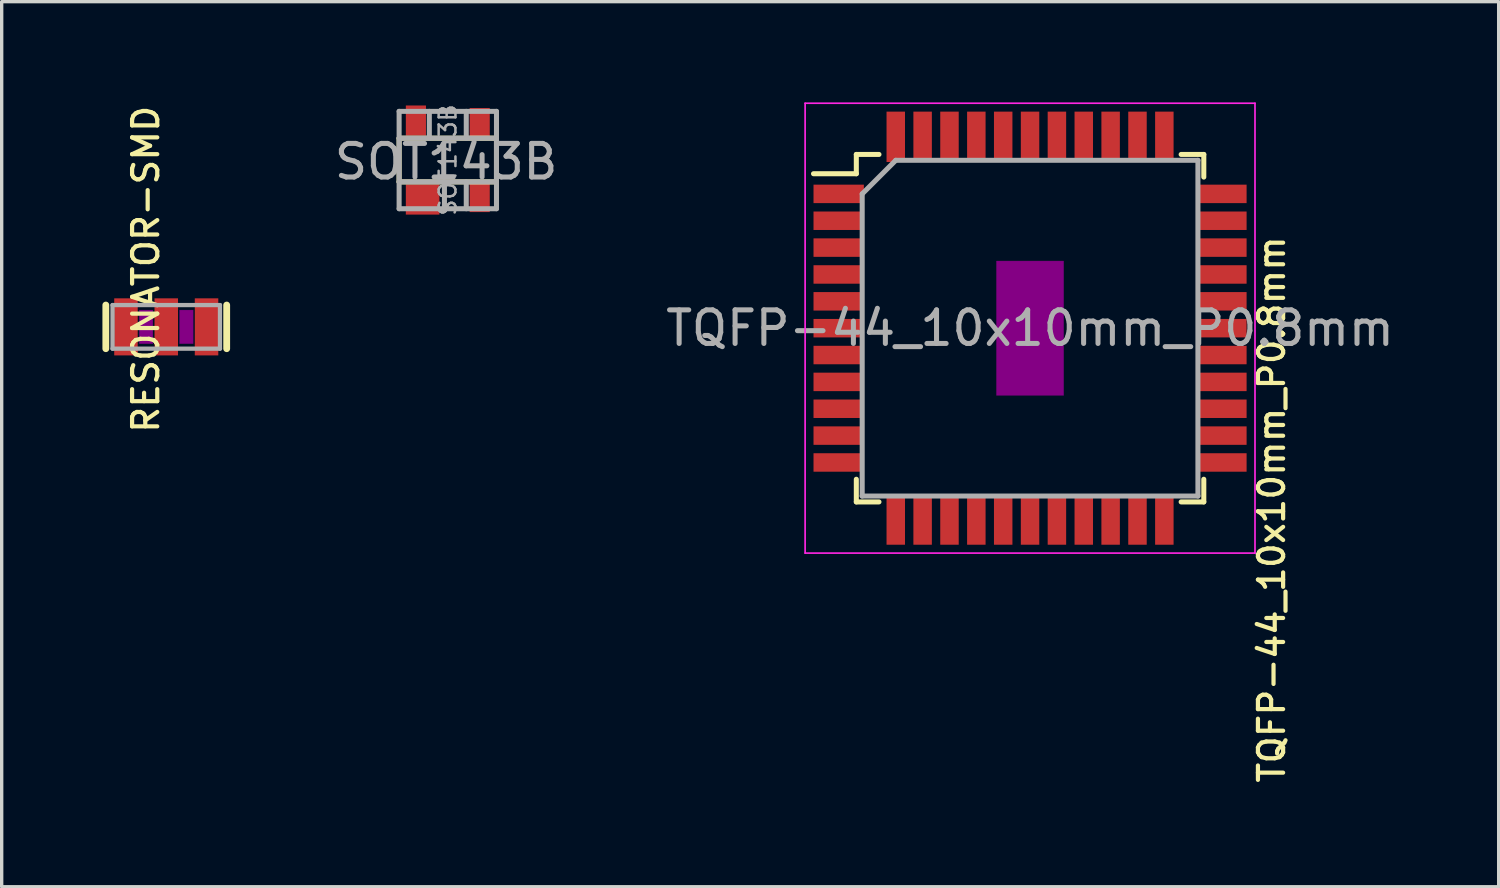
<source format=kicad_pcb>
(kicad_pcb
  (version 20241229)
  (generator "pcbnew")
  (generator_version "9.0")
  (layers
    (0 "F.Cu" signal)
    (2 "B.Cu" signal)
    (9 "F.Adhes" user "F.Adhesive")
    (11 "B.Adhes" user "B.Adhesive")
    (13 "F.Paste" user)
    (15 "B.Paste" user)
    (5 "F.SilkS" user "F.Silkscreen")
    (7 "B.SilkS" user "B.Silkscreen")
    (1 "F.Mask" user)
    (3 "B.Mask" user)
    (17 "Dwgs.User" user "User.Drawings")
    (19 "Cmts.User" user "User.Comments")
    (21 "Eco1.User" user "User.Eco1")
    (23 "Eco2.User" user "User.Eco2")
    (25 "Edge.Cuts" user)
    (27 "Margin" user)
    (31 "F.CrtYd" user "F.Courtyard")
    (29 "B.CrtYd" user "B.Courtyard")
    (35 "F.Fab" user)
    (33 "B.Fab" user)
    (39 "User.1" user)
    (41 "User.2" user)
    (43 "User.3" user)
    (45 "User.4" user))
  (footprint "SOT143B"
    (layer "F.Cu")
    (at 10.288 1.717)
    (property "Reference" "SOT143B" (at -0.05 0.05 0) (layer "F.Fab") (effects (font (size 1 1) (thickness 0.15))))
    (attr smd)
    (fp_line (start -1.45 -0.65) (end -1.45 0.65) (stroke (width 0.15) (type solid)) (layer "F.SilkS"))
    (fp_line (start -1.45 -0.65) (end 1.45 -0.65) (stroke (width 0.15) (type solid)) (layer "F.SilkS"))
    (fp_line (start -1.45 0.65) (end 1.45 0.65) (stroke (width 0.15) (type solid)) (layer "F.SilkS"))
    (fp_line (start 1.45 0.65) (end 1.45 -0.65) (stroke (width 0.15) (type solid)) (layer "F.SilkS"))
    (fp_line (start -1.45 -1.45) (end 1.45 -1.45) (stroke (width 0.15) (type solid)) (layer "F.Fab"))
    (fp_line (start -1.45 -0.65) (end 1.45 -0.65) (stroke (width 0.15) (type solid)) (layer "F.Fab"))
    (fp_line (start -1.45 1.45) (end -1.45 -1.45) (stroke (width 0.15) (type solid)) (layer "F.Fab"))
    (fp_line (start -0.55 -0.65) (end -0.55 -1.45) (stroke (width 0.15) (type solid)) (layer "F.Fab"))
    (fp_line (start -0.1 0.65) (end -0.1 1.45) (stroke (width 0.15) (type solid)) (layer "F.Fab"))
    (fp_line (start 0.55 -1.45) (end 0.55 -0.65) (stroke (width 0.15) (type solid)) (layer "F.Fab"))
    (fp_line (start 0.55 1.45) (end 0.55 0.65) (stroke (width 0.15) (type solid)) (layer "F.Fab"))
    (fp_line (start 1.45 -1.45) (end 1.45 1.45) (stroke (width 0.15) (type solid)) (layer "F.Fab"))
    (fp_line (start 1.45 0.65) (end -1.45 0.65) (stroke (width 0.15) (type solid)) (layer "F.Fab"))
    (fp_line (start 1.45 1.45) (end -1.45 1.45) (stroke (width 0.15) (type solid)) (layer "F.Fab"))
    (fp_text user "${REFERENCE}" (at 0 0 90) (layer "F.Fab") (effects (font (size 0.5 0.5) (thickness 0.075))))
    (pad "1" smd rect (at -0.75 1.175) (size 1 0.9) (layers "F.Cu" "F.Mask" "F.Paste"))
    (pad "2" smd rect (at 0.95 1.1) (size 0.6 0.9) (layers "F.Cu" "F.Mask" "F.Paste"))
    (pad "3" smd rect (at 0.95 -1.1) (size 0.6 0.9) (layers "F.Cu" "F.Mask" "F.Paste"))
    (pad "4" smd rect (at -0.95 -1.175) (size 0.6 0.9) (layers "F.Cu" "F.Mask" "F.Paste")))
  (footprint "RESONATOR-SMD"
    (layer "F.Cu")
    (at 1.902 6.686)
    (property "Reference" "RESONATOR-SMD" (at -1.047 -1.716 90) (layer "F.SilkS") (effects (font (size 0.75 0.75) (thickness 0.125)) (justify top)))
    (attr through_hole)
    (fp_line (start -1.8 0.65) (end -1.8 -0.65) (stroke (width 0.203) (type solid)) (layer "F.SilkS"))
    (fp_line (start 1.8 -0.65) (end 1.8 0.65) (stroke (width 0.203) (type solid)) (layer "F.SilkS"))
    (fp_poly (pts (xy -0.8 -0.5) (xy -0.4 -0.5) (xy -0.4 0.5) (xy -0.8 0.5)) (stroke (width 0.01) (type solid)) (fill yes) (layer "F.Adhes"))
    (fp_poly (pts (xy 0.4 -0.5) (xy 0.8 -0.5) (xy 0.8 0.5) (xy 0.4 0.5)) (stroke (width 0.01) (type solid)) (fill yes) (layer "F.Adhes"))
    (fp_line (start -1.6 -0.65) (end 1.6 -0.65) (stroke (width 0.127) (type solid)) (layer "F.Fab"))
    (fp_line (start -1.6 0.65) (end -1.6 -0.65) (stroke (width 0.127) (type solid)) (layer "F.Fab"))
    (fp_line (start 1.6 -0.65) (end 1.6 0.65) (stroke (width 0.127) (type solid)) (layer "F.Fab"))
    (fp_line (start 1.6 0.65) (end -1.6 0.65) (stroke (width 0.127) (type solid)) (layer "F.Fab"))
    (pad "1" smd rect (at -1.2 0) (size 0.7 1.7) (layers "F.Cu" "F.Mask" "F.Paste"))
    (pad "2" smd rect (at 0 0) (size 0.7 1.7) (layers "F.Cu" "F.Mask" "F.Paste"))
    (pad "3" smd rect (at 1.2 0) (size 0.7 1.7) (layers "F.Cu" "F.Mask" "F.Paste")))
  (footprint "TQFP-44_10x10mm_P0.8mm"
    (layer "F.Cu")
    (at 27.631 6.725)
    (property "Reference" "TQFP-44_10x10mm_P0.8mm" (at 7.197 5.4 90) (layer "F.SilkS") (effects (font (size 0.75 0.75) (thickness 0.125))))
    (attr smd)
    (fp_line (start -5.175 -5.175) (end -5.175 -4.6) (stroke (width 0.15) (type solid)) (layer "F.SilkS"))
    (fp_line (start -5.175 -5.175) (end -4.5 -5.175) (stroke (width 0.15) (type solid)) (layer "F.SilkS"))
    (fp_line (start -5.175 -4.6) (end -6.45 -4.6) (stroke (width 0.15) (type solid)) (layer "F.SilkS"))
    (fp_line (start -5.175 5.175) (end -5.175 4.5) (stroke (width 0.15) (type solid)) (layer "F.SilkS"))
    (fp_line (start -5.175 5.175) (end -4.5 5.175) (stroke (width 0.15) (type solid)) (layer "F.SilkS"))
    (fp_line (start 5.175 -5.175) (end 4.5 -5.175) (stroke (width 0.15) (type solid)) (layer "F.SilkS"))
    (fp_line (start 5.175 -5.175) (end 5.175 -4.5) (stroke (width 0.15) (type solid)) (layer "F.SilkS"))
    (fp_line (start 5.175 5.175) (end 4.5 5.175) (stroke (width 0.15) (type solid)) (layer "F.SilkS"))
    (fp_line (start 5.175 5.175) (end 5.175 4.5) (stroke (width 0.15) (type solid)) (layer "F.SilkS"))
    (fp_poly (pts (xy -1 -2) (xy 1 -2) (xy 1 2) (xy -1 2)) (stroke (width 0.01) (type solid)) (fill yes) (layer "F.Adhes"))
    (fp_line (start -6.7 -6.7) (end -6.7 6.7) (stroke (width 0.05) (type solid)) (layer "F.CrtYd"))
    (fp_line (start -6.7 -6.7) (end 6.7 -6.7) (stroke (width 0.05) (type solid)) (layer "F.CrtYd"))
    (fp_line (start -6.7 6.7) (end 6.7 6.7) (stroke (width 0.05) (type solid)) (layer "F.CrtYd"))
    (fp_line (start 6.7 -6.7) (end 6.7 6.7) (stroke (width 0.05) (type solid)) (layer "F.CrtYd"))
    (fp_line (start -5 -4) (end -4 -5) (stroke (width 0.15) (type solid)) (layer "F.Fab"))
    (fp_line (start -5 5) (end -5 -4) (stroke (width 0.15) (type solid)) (layer "F.Fab"))
    (fp_line (start -4 -5) (end 5 -5) (stroke (width 0.15) (type solid)) (layer "F.Fab"))
    (fp_line (start 5 -5) (end 5 5) (stroke (width 0.15) (type solid)) (layer "F.Fab"))
    (fp_line (start 5 5) (end -5 5) (stroke (width 0.15) (type solid)) (layer "F.Fab"))
    (fp_text user "${REFERENCE}" (at 0 0 0) (layer "F.Fab") (effects (font (size 1 1) (thickness 0.15))))
    (pad "1" smd rect (at -5.7 -4) (size 1.5 0.55) (layers "F.Cu" "F.Mask" "F.Paste"))
    (pad "2" smd rect (at -5.7 -3.2) (size 1.5 0.55) (layers "F.Cu" "F.Mask" "F.Paste"))
    (pad "3" smd rect (at -5.7 -2.4) (size 1.5 0.55) (layers "F.Cu" "F.Mask" "F.Paste"))
    (pad "4" smd rect (at -5.7 -1.6) (size 1.5 0.55) (layers "F.Cu" "F.Mask" "F.Paste"))
    (pad "5" smd rect (at -5.7 -0.8) (size 1.5 0.55) (layers "F.Cu" "F.Mask" "F.Paste"))
    (pad "6" smd rect (at -5.7 0) (size 1.5 0.55) (layers "F.Cu" "F.Mask" "F.Paste"))
    (pad "7" smd rect (at -5.7 0.8) (size 1.5 0.55) (layers "F.Cu" "F.Mask" "F.Paste"))
    (pad "8" smd rect (at -5.7 1.6) (size 1.5 0.55) (layers "F.Cu" "F.Mask" "F.Paste"))
    (pad "9" smd rect (at -5.7 2.4) (size 1.5 0.55) (layers "F.Cu" "F.Mask" "F.Paste"))
    (pad "10" smd rect (at -5.7 3.2) (size 1.5 0.55) (layers "F.Cu" "F.Mask" "F.Paste"))
    (pad "11" smd rect (at -5.7 4) (size 1.5 0.55) (layers "F.Cu" "F.Mask" "F.Paste"))
    (pad "12" smd rect (at -4 5.7 90) (size 1.5 0.55) (layers "F.Cu" "F.Mask" "F.Paste"))
    (pad "13" smd rect (at -3.2 5.7 90) (size 1.5 0.55) (layers "F.Cu" "F.Mask" "F.Paste"))
    (pad "14" smd rect (at -2.4 5.7 90) (size 1.5 0.55) (layers "F.Cu" "F.Mask" "F.Paste"))
    (pad "15" smd rect (at -1.6 5.7 90) (size 1.5 0.55) (layers "F.Cu" "F.Mask" "F.Paste"))
    (pad "16" smd rect (at -0.8 5.7 90) (size 1.5 0.55) (layers "F.Cu" "F.Mask" "F.Paste"))
    (pad "17" smd rect (at 0 5.7 90) (size 1.5 0.55) (layers "F.Cu" "F.Mask" "F.Paste"))
    (pad "18" smd rect (at 0.8 5.7 90) (size 1.5 0.55) (layers "F.Cu" "F.Mask" "F.Paste"))
    (pad "19" smd rect (at 1.6 5.7 90) (size 1.5 0.55) (layers "F.Cu" "F.Mask" "F.Paste"))
    (pad "20" smd rect (at 2.4 5.7 90) (size 1.5 0.55) (layers "F.Cu" "F.Mask" "F.Paste"))
    (pad "21" smd rect (at 3.2 5.7 90) (size 1.5 0.55) (layers "F.Cu" "F.Mask" "F.Paste"))
    (pad "22" smd rect (at 4 5.7 90) (size 1.5 0.55) (layers "F.Cu" "F.Mask" "F.Paste"))
    (pad "23" smd rect (at 5.7 4) (size 1.5 0.55) (layers "F.Cu" "F.Mask" "F.Paste"))
    (pad "24" smd rect (at 5.7 3.2) (size 1.5 0.55) (layers "F.Cu" "F.Mask" "F.Paste"))
    (pad "25" smd rect (at 5.7 2.4) (size 1.5 0.55) (layers "F.Cu" "F.Mask" "F.Paste"))
    (pad "26" smd rect (at 5.7 1.6) (size 1.5 0.55) (layers "F.Cu" "F.Mask" "F.Paste"))
    (pad "27" smd rect (at 5.7 0.8) (size 1.5 0.55) (layers "F.Cu" "F.Mask" "F.Paste"))
    (pad "28" smd rect (at 5.7 0) (size 1.5 0.55) (layers "F.Cu" "F.Mask" "F.Paste"))
    (pad "29" smd rect (at 5.7 -0.8) (size 1.5 0.55) (layers "F.Cu" "F.Mask" "F.Paste"))
    (pad "30" smd rect (at 5.7 -1.6) (size 1.5 0.55) (layers "F.Cu" "F.Mask" "F.Paste"))
    (pad "31" smd rect (at 5.7 -2.4) (size 1.5 0.55) (layers "F.Cu" "F.Mask" "F.Paste"))
    (pad "32" smd rect (at 5.7 -3.2) (size 1.5 0.55) (layers "F.Cu" "F.Mask" "F.Paste"))
    (pad "33" smd rect (at 5.7 -4) (size 1.5 0.55) (layers "F.Cu" "F.Mask" "F.Paste"))
    (pad "34" smd rect (at 4 -5.7 90) (size 1.5 0.55) (layers "F.Cu" "F.Mask" "F.Paste"))
    (pad "35" smd rect (at 3.2 -5.7 90) (size 1.5 0.55) (layers "F.Cu" "F.Mask" "F.Paste"))
    (pad "36" smd rect (at 2.4 -5.7 90) (size 1.5 0.55) (layers "F.Cu" "F.Mask" "F.Paste"))
    (pad "37" smd rect (at 1.6 -5.7 90) (size 1.5 0.55) (layers "F.Cu" "F.Mask" "F.Paste"))
    (pad "38" smd rect (at 0.8 -5.7 90) (size 1.5 0.55) (layers "F.Cu" "F.Mask" "F.Paste"))
    (pad "39" smd rect (at 0 -5.7 90) (size 1.5 0.55) (layers "F.Cu" "F.Mask" "F.Paste"))
    (pad "40" smd rect (at -0.8 -5.7 90) (size 1.5 0.55) (layers "F.Cu" "F.Mask" "F.Paste"))
    (pad "41" smd rect (at -1.6 -5.7 90) (size 1.5 0.55) (layers "F.Cu" "F.Mask" "F.Paste"))
    (pad "42" smd rect (at -2.4 -5.7 90) (size 1.5 0.55) (layers "F.Cu" "F.Mask" "F.Paste"))
    (pad "43" smd rect (at -3.2 -5.7 90) (size 1.5 0.55) (layers "F.Cu" "F.Mask" "F.Paste"))
    (pad "44" smd rect (at -4 -5.7 90) (size 1.5 0.55) (layers "F.Cu" "F.Mask" "F.Paste")))
  (gr_rect
    (start -3 -3)
    (end 41.589 23.363)
    (stroke (width 0.1) (type default))
    (fill no)
    (layer "Edge.Cuts")))
</source>
